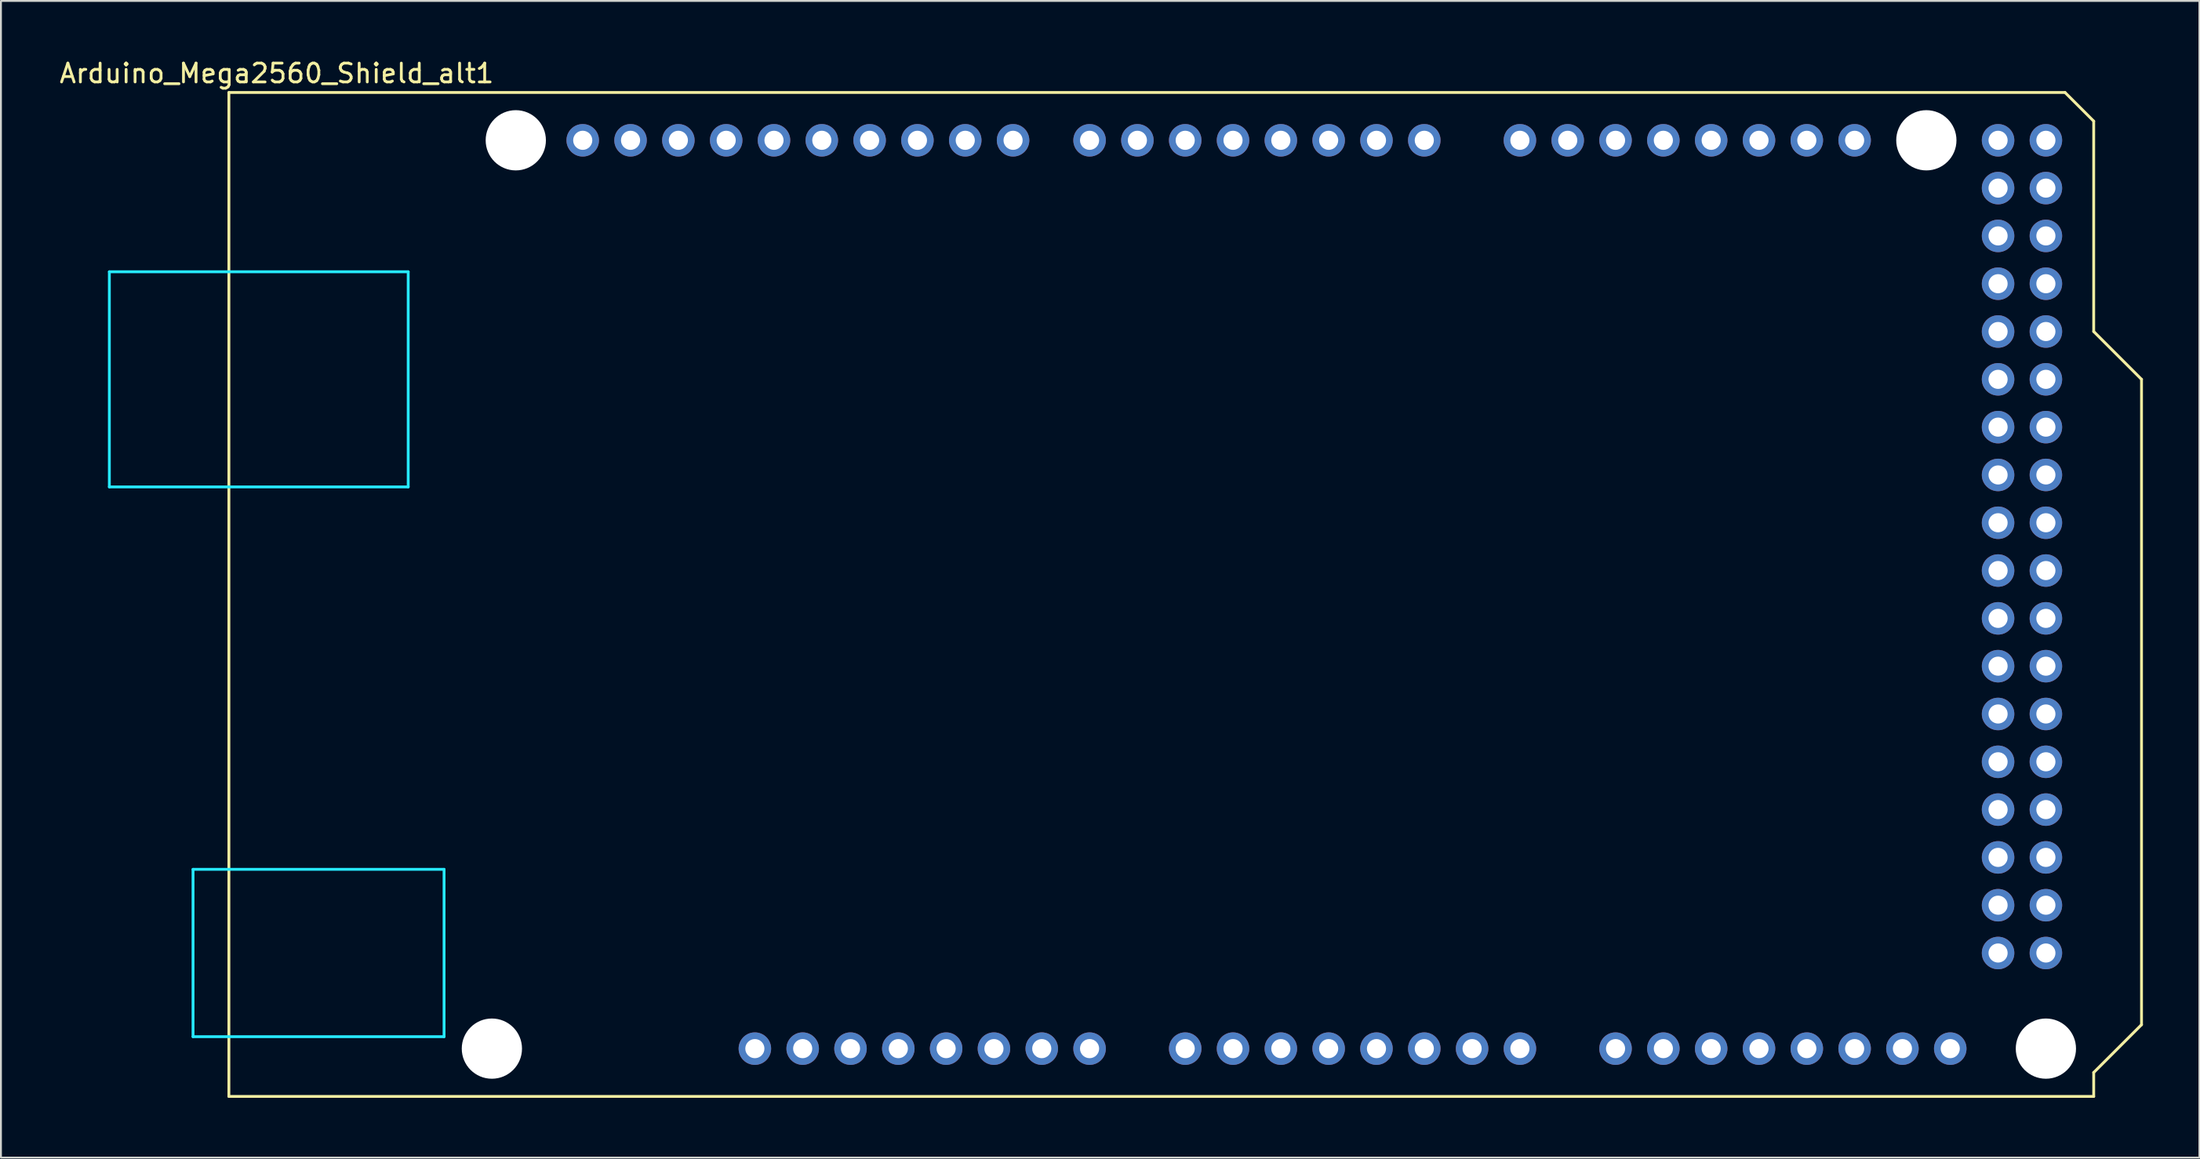
<source format=kicad_pcb>
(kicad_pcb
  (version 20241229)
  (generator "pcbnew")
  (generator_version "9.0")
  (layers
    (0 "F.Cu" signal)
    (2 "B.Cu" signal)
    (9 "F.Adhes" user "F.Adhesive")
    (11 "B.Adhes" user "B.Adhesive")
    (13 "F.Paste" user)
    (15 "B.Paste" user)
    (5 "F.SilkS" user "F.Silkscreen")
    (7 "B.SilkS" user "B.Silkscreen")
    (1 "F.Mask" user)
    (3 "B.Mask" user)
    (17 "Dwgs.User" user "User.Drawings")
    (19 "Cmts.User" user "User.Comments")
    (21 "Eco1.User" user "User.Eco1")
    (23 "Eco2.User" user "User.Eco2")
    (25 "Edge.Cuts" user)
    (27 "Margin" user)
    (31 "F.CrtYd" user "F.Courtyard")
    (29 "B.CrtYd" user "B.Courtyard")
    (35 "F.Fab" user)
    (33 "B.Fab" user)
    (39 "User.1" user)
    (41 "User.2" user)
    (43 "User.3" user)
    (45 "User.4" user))
  (footprint "Arduino_Mega2560_Shield_alt1"
    (layer "F.Cu")
    (at 9.109 55.204)
    (property "Reference" "Arduino_Mega2560_Shield_alt1" (at 2.54 -54.356 0) (layer "F.SilkS") (effects (font (size 1 1) (thickness 0.15))))
    (attr through_hole)
    (fp_line (start 0 -53.34) (end 0 0) (stroke (width 0.15) (type solid)) (layer "F.SilkS"))
    (fp_line (start 0 -53.34) (end 97.536 -53.34) (stroke (width 0.15) (type solid)) (layer "F.SilkS"))
    (fp_line (start 0 0) (end 99.06 0) (stroke (width 0.15) (type solid)) (layer "F.SilkS"))
    (fp_line (start 97.536 -53.34) (end 99.06 -51.816) (stroke (width 0.15) (type solid)) (layer "F.SilkS"))
    (fp_line (start 99.06 -40.64) (end 99.06 -51.816) (stroke (width 0.15) (type solid)) (layer "F.SilkS"))
    (fp_line (start 99.06 -1.27) (end 101.6 -3.81) (stroke (width 0.15) (type solid)) (layer "F.SilkS"))
    (fp_line (start 99.06 0) (end 99.06 -1.27) (stroke (width 0.15) (type solid)) (layer "F.SilkS"))
    (fp_line (start 101.6 -38.1) (end 99.06 -40.64) (stroke (width 0.15) (type solid)) (layer "F.SilkS"))
    (fp_line (start 101.6 -3.81) (end 101.6 -38.1) (stroke (width 0.15) (type solid)) (layer "F.SilkS"))
    (fp_line (start -6.35 -43.815) (end -6.35 -32.385) (stroke (width 0.15) (type solid)) (layer "B.CrtYd"))
    (fp_line (start -1.905 -12.065) (end -1.905 -3.175) (stroke (width 0.15) (type solid)) (layer "B.CrtYd"))
    (fp_line (start -1.905 -12.065) (end 11.43 -12.065) (stroke (width 0.15) (type solid)) (layer "B.CrtYd"))
    (fp_line (start -1.905 -3.175) (end 11.43 -3.175) (stroke (width 0.15) (type solid)) (layer "B.CrtYd"))
    (fp_line (start 9.525 -43.815) (end -6.35 -43.815) (stroke (width 0.15) (type solid)) (layer "B.CrtYd"))
    (fp_line (start 9.525 -43.815) (end 9.525 -32.385) (stroke (width 0.15) (type solid)) (layer "B.CrtYd"))
    (fp_line (start 9.525 -32.385) (end -6.35 -32.385) (stroke (width 0.15) (type solid)) (layer "B.CrtYd"))
    (fp_line (start 11.43 -12.065) (end 11.43 -3.175) (stroke (width 0.15) (type solid)) (layer "B.CrtYd"))
    (pad "" np_thru_hole circle (at 13.97 -2.54) (size 3.2 3.2) (drill 3.2) (layers "*.Cu" "*.Mask"))
    (pad "" np_thru_hole circle (at 15.24 -50.8) (size 3.2 3.2) (drill 3.2) (layers "*.Cu" "*.Mask"))
    (pad "" thru_hole oval (at 27.94 -2.54) (size 1.727 1.727) (drill 1.016) (layers "*.Cu" "*.Mask"))
    (pad "" np_thru_hole circle (at 90.17 -50.8) (size 3.2 3.2) (drill 3.2) (layers "*.Cu" "*.Mask"))
    (pad "" np_thru_hole circle (at 96.52 -2.54) (size 3.2 3.2) (drill 3.2) (layers "*.Cu" "*.Mask"))
    (pad "3V3" thru_hole oval (at 35.56 -2.54) (size 1.727 1.727) (drill 1.016) (layers "*.Cu" "*.Mask"))
    (pad "5V1" thru_hole oval (at 38.1 -2.54) (size 1.727 1.727) (drill 1.016) (layers "*.Cu" "*.Mask"))
    (pad "5V3" thru_hole oval (at 93.98 -50.8) (size 1.727 1.727) (drill 1.016) (layers "*.Cu" "*.Mask"))
    (pad "5V4" thru_hole oval (at 96.52 -50.8) (size 1.727 1.727) (drill 1.016) (layers "*.Cu" "*.Mask"))
    (pad "A0" thru_hole oval (at 50.8 -2.54) (size 1.727 1.727) (drill 1.016) (layers "*.Cu" "*.Mask"))
    (pad "A1" thru_hole oval (at 53.34 -2.54) (size 1.727 1.727) (drill 1.016) (layers "*.Cu" "*.Mask"))
    (pad "A2" thru_hole oval (at 55.88 -2.54) (size 1.727 1.727) (drill 1.016) (layers "*.Cu" "*.Mask"))
    (pad "A3" thru_hole oval (at 58.42 -2.54) (size 1.727 1.727) (drill 1.016) (layers "*.Cu" "*.Mask"))
    (pad "A4" thru_hole oval (at 60.96 -2.54) (size 1.727 1.727) (drill 1.016) (layers "*.Cu" "*.Mask"))
    (pad "A5" thru_hole oval (at 63.5 -2.54) (size 1.727 1.727) (drill 1.016) (layers "*.Cu" "*.Mask"))
    (pad "A6" thru_hole oval (at 66.04 -2.54) (size 1.727 1.727) (drill 1.016) (layers "*.Cu" "*.Mask"))
    (pad "A7" thru_hole oval (at 68.58 -2.54) (size 1.727 1.727) (drill 1.016) (layers "*.Cu" "*.Mask"))
    (pad "A8" thru_hole oval (at 73.66 -2.54) (size 1.727 1.727) (drill 1.016) (layers "*.Cu" "*.Mask"))
    (pad "A9" thru_hole oval (at 76.2 -2.54) (size 1.727 1.727) (drill 1.016) (layers "*.Cu" "*.Mask"))
    (pad "A10" thru_hole oval (at 78.74 -2.54) (size 1.727 1.727) (drill 1.016) (layers "*.Cu" "*.Mask"))
    (pad "A11" thru_hole oval (at 81.28 -2.54) (size 1.727 1.727) (drill 1.016) (layers "*.Cu" "*.Mask"))
    (pad "A12" thru_hole oval (at 83.82 -2.54) (size 1.727 1.727) (drill 1.016) (layers "*.Cu" "*.Mask"))
    (pad "A13" thru_hole oval (at 86.36 -2.54) (size 1.727 1.727) (drill 1.016) (layers "*.Cu" "*.Mask"))
    (pad "A14" thru_hole oval (at 88.9 -2.54) (size 1.727 1.727) (drill 1.016) (layers "*.Cu" "*.Mask"))
    (pad "A15" thru_hole oval (at 91.44 -2.54) (size 1.727 1.727) (drill 1.016) (layers "*.Cu" "*.Mask"))
    (pad "AREF" thru_hole oval (at 23.876 -50.8) (size 1.727 1.727) (drill 1.016) (layers "*.Cu" "*.Mask"))
    (pad "D0" thru_hole oval (at 63.5 -50.8) (size 1.727 1.727) (drill 1.016) (layers "*.Cu" "*.Mask"))
    (pad "D1" thru_hole oval (at 60.96 -50.8) (size 1.727 1.727) (drill 1.016) (layers "*.Cu" "*.Mask"))
    (pad "D2" thru_hole oval (at 58.42 -50.8) (size 1.727 1.727) (drill 1.016) (layers "*.Cu" "*.Mask"))
    (pad "D3" thru_hole oval (at 55.88 -50.8) (size 1.727 1.727) (drill 1.016) (layers "*.Cu" "*.Mask"))
    (pad "D4" thru_hole oval (at 53.34 -50.8) (size 1.727 1.727) (drill 1.016) (layers "*.Cu" "*.Mask"))
    (pad "D5" thru_hole oval (at 50.8 -50.8) (size 1.727 1.727) (drill 1.016) (layers "*.Cu" "*.Mask"))
    (pad "D6" thru_hole oval (at 48.26 -50.8) (size 1.727 1.727) (drill 1.016) (layers "*.Cu" "*.Mask"))
    (pad "D7" thru_hole oval (at 45.72 -50.8) (size 1.727 1.727) (drill 1.016) (layers "*.Cu" "*.Mask"))
    (pad "D8" thru_hole oval (at 41.656 -50.8) (size 1.727 1.727) (drill 1.016) (layers "*.Cu" "*.Mask"))
    (pad "D9" thru_hole oval (at 39.116 -50.8) (size 1.727 1.727) (drill 1.016) (layers "*.Cu" "*.Mask"))
    (pad "D10" thru_hole oval (at 36.576 -50.8) (size 1.727 1.727) (drill 1.016) (layers "*.Cu" "*.Mask"))
    (pad "D11" thru_hole oval (at 34.036 -50.8) (size 1.727 1.727) (drill 1.016) (layers "*.Cu" "*.Mask"))
    (pad "D12" thru_hole oval (at 31.496 -50.8) (size 1.727 1.727) (drill 1.016) (layers "*.Cu" "*.Mask"))
    (pad "D13" thru_hole oval (at 28.956 -50.8) (size 1.727 1.727) (drill 1.016) (layers "*.Cu" "*.Mask"))
    (pad "D14" thru_hole oval (at 68.58 -50.8) (size 1.727 1.727) (drill 1.016) (layers "*.Cu" "*.Mask"))
    (pad "D15" thru_hole oval (at 71.12 -50.8) (size 1.727 1.727) (drill 1.016) (layers "*.Cu" "*.Mask"))
    (pad "D16" thru_hole oval (at 73.66 -50.8) (size 1.727 1.727) (drill 1.016) (layers "*.Cu" "*.Mask"))
    (pad "D17" thru_hole oval (at 76.2 -50.8) (size 1.727 1.727) (drill 1.016) (layers "*.Cu" "*.Mask"))
    (pad "D18" thru_hole oval (at 78.74 -50.8) (size 1.727 1.727) (drill 1.016) (layers "*.Cu" "*.Mask"))
    (pad "D19" thru_hole oval (at 81.28 -50.8) (size 1.727 1.727) (drill 1.016) (layers "*.Cu" "*.Mask"))
    (pad "D20" thru_hole oval (at 83.82 -50.8) (size 1.727 1.727) (drill 1.016) (layers "*.Cu" "*.Mask"))
    (pad "D21" thru_hole oval (at 86.36 -50.8) (size 1.727 1.727) (drill 1.016) (layers "*.Cu" "*.Mask"))
    (pad "D22" thru_hole oval (at 93.98 -48.26) (size 1.727 1.727) (drill 1.016) (layers "*.Cu" "*.Mask"))
    (pad "D23" thru_hole oval (at 96.52 -48.26) (size 1.727 1.727) (drill 1.016) (layers "*.Cu" "*.Mask"))
    (pad "D24" thru_hole oval (at 93.98 -45.72) (size 1.727 1.727) (drill 1.016) (layers "*.Cu" "*.Mask"))
    (pad "D25" thru_hole oval (at 96.52 -45.72) (size 1.727 1.727) (drill 1.016) (layers "*.Cu" "*.Mask"))
    (pad "D26" thru_hole oval (at 93.98 -43.18) (size 1.727 1.727) (drill 1.016) (layers "*.Cu" "*.Mask"))
    (pad "D27" thru_hole oval (at 96.52 -43.18) (size 1.727 1.727) (drill 1.016) (layers "*.Cu" "*.Mask"))
    (pad "D28" thru_hole oval (at 93.98 -40.64) (size 1.727 1.727) (drill 1.016) (layers "*.Cu" "*.Mask"))
    (pad "D29" thru_hole oval (at 96.52 -40.64) (size 1.727 1.727) (drill 1.016) (layers "*.Cu" "*.Mask"))
    (pad "D30" thru_hole oval (at 93.98 -38.1) (size 1.727 1.727) (drill 1.016) (layers "*.Cu" "*.Mask"))
    (pad "D31" thru_hole oval (at 96.52 -38.1) (size 1.727 1.727) (drill 1.016) (layers "*.Cu" "*.Mask"))
    (pad "D32" thru_hole oval (at 93.98 -35.56) (size 1.727 1.727) (drill 1.016) (layers "*.Cu" "*.Mask"))
    (pad "D33" thru_hole oval (at 96.52 -35.56) (size 1.727 1.727) (drill 1.016) (layers "*.Cu" "*.Mask"))
    (pad "D34" thru_hole oval (at 93.98 -33.02) (size 1.727 1.727) (drill 1.016) (layers "*.Cu" "*.Mask"))
    (pad "D35" thru_hole oval (at 96.52 -33.02) (size 1.727 1.727) (drill 1.016) (layers "*.Cu" "*.Mask"))
    (pad "D36" thru_hole oval (at 93.98 -30.48) (size 1.727 1.727) (drill 1.016) (layers "*.Cu" "*.Mask"))
    (pad "D37" thru_hole oval (at 96.52 -30.48) (size 1.727 1.727) (drill 1.016) (layers "*.Cu" "*.Mask"))
    (pad "D38" thru_hole oval (at 93.98 -27.94) (size 1.727 1.727) (drill 1.016) (layers "*.Cu" "*.Mask"))
    (pad "D39" thru_hole oval (at 96.52 -27.94) (size 1.727 1.727) (drill 1.016) (layers "*.Cu" "*.Mask"))
    (pad "D40" thru_hole oval (at 93.98 -25.4) (size 1.727 1.727) (drill 1.016) (layers "*.Cu" "*.Mask"))
    (pad "D41" thru_hole oval (at 96.52 -25.4) (size 1.727 1.727) (drill 1.016) (layers "*.Cu" "*.Mask"))
    (pad "D42" thru_hole oval (at 93.98 -22.86) (size 1.727 1.727) (drill 1.016) (layers "*.Cu" "*.Mask"))
    (pad "D43" thru_hole oval (at 96.52 -22.86) (size 1.727 1.727) (drill 1.016) (layers "*.Cu" "*.Mask"))
    (pad "D44" thru_hole oval (at 93.98 -20.32) (size 1.727 1.727) (drill 1.016) (layers "*.Cu" "*.Mask"))
    (pad "D45" thru_hole oval (at 96.52 -20.32) (size 1.727 1.727) (drill 1.016) (layers "*.Cu" "*.Mask"))
    (pad "D46" thru_hole oval (at 93.98 -17.78) (size 1.727 1.727) (drill 1.016) (layers "*.Cu" "*.Mask"))
    (pad "D47" thru_hole oval (at 96.52 -17.78) (size 1.727 1.727) (drill 1.016) (layers "*.Cu" "*.Mask"))
    (pad "D48" thru_hole oval (at 93.98 -15.24) (size 1.727 1.727) (drill 1.016) (layers "*.Cu" "*.Mask"))
    (pad "D49" thru_hole oval (at 96.52 -15.24) (size 1.727 1.727) (drill 1.016) (layers "*.Cu" "*.Mask"))
    (pad "D50" thru_hole oval (at 93.98 -12.7) (size 1.727 1.727) (drill 1.016) (layers "*.Cu" "*.Mask"))
    (pad "D51" thru_hole oval (at 96.52 -12.7) (size 1.727 1.727) (drill 1.016) (layers "*.Cu" "*.Mask"))
    (pad "D52" thru_hole oval (at 93.98 -10.16) (size 1.727 1.727) (drill 1.016) (layers "*.Cu" "*.Mask"))
    (pad "D53" thru_hole oval (at 96.52 -10.16) (size 1.727 1.727) (drill 1.016) (layers "*.Cu" "*.Mask"))
    (pad "GND1" thru_hole oval (at 26.416 -50.8) (size 1.727 1.727) (drill 1.016) (layers "*.Cu" "*.Mask"))
    (pad "GND2" thru_hole oval (at 40.64 -2.54) (size 1.727 1.727) (drill 1.016) (layers "*.Cu" "*.Mask"))
    (pad "GND3" thru_hole oval (at 43.18 -2.54) (size 1.727 1.727) (drill 1.016) (layers "*.Cu" "*.Mask"))
    (pad "GND5" thru_hole oval (at 93.98 -7.62) (size 1.727 1.727) (drill 1.016) (layers "*.Cu" "*.Mask"))
    (pad "GND6" thru_hole oval (at 96.52 -7.62) (size 1.727 1.727) (drill 1.016) (layers "*.Cu" "*.Mask"))
    (pad "IORF" thru_hole oval (at 30.48 -2.54) (size 1.727 1.727) (drill 1.016) (layers "*.Cu" "*.Mask"))
    (pad "RST1" thru_hole oval (at 33.02 -2.54) (size 1.727 1.727) (drill 1.016) (layers "*.Cu" "*.Mask"))
    (pad "SCL" thru_hole oval (at 18.796 -50.8) (size 1.727 1.727) (drill 1.016) (layers "*.Cu" "*.Mask"))
    (pad "SDA" thru_hole oval (at 21.336 -50.8) (size 1.727 1.727) (drill 1.016) (layers "*.Cu" "*.Mask"))
    (pad "VIN" thru_hole oval (at 45.72 -2.54) (size 1.727 1.727) (drill 1.016) (layers "*.Cu" "*.Mask")))
  (gr_rect
    (start -3 -3)
    (end 113.784 58.454)
    (stroke (width 0.1) (type default))
    (fill no)
    (layer "Edge.Cuts")))
</source>
